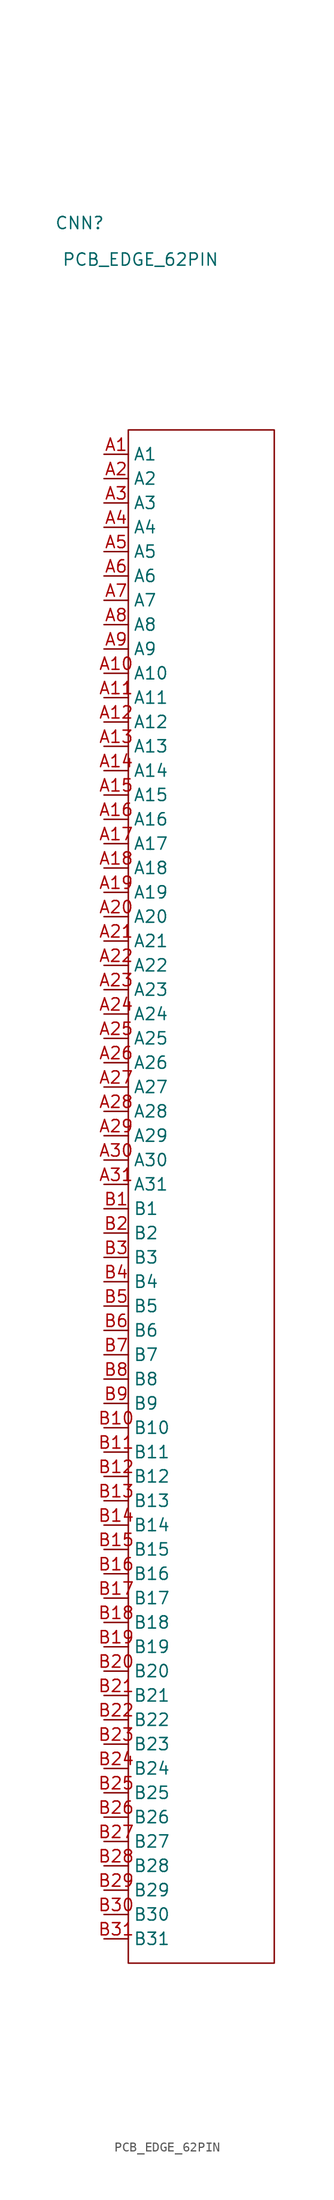
<source format=kicad_sym>
(kicad_symbol_lib
  (version 20211014)
  (generator kicad_symbol_editor)
  (symbol "PCB_EDGE_62PIN"
    (property "Reference" "CNN"
      (at 2.54 21.59 0)
      (effects (font (size 1.27 1.27))))
    (property "Value" "PCB_EDGE_62PIN"
      (at 8.89 17.78 0)
      (effects (font (size 1.27 1.27))))
    (symbol "PCB_EDGE_62PIN_0_0"
      (pin bidirectional line (at 5.08 -2.54 0) (length 2.54) (name "A1" (effects (font (size 1.27 1.27)))) (number "A1" (effects (font (size 1.27 1.27)))))
      (pin bidirectional line (at 5.08 -25.4 0) (length 2.54) (name "A10" (effects (font (size 1.27 1.27)))) (number "A10" (effects (font (size 1.27 1.27)))))
      (pin bidirectional line (at 5.08 -27.94 0) (length 2.54) (name "A11" (effects (font (size 1.27 1.27)))) (number "A11" (effects (font (size 1.27 1.27)))))
      (pin bidirectional line (at 5.08 -30.48 0) (length 2.54) (name "A12" (effects (font (size 1.27 1.27)))) (number "A12" (effects (font (size 1.27 1.27)))))
      (pin bidirectional line (at 5.08 -33.02 0) (length 2.54) (name "A13" (effects (font (size 1.27 1.27)))) (number "A13" (effects (font (size 1.27 1.27)))))
      (pin bidirectional line (at 5.08 -35.56 0) (length 2.54) (name "A14" (effects (font (size 1.27 1.27)))) (number "A14" (effects (font (size 1.27 1.27)))))
      (pin bidirectional line (at 5.08 -38.1 0) (length 2.54) (name "A15" (effects (font (size 1.27 1.27)))) (number "A15" (effects (font (size 1.27 1.27)))))
      (pin bidirectional line (at 5.08 -40.64 0) (length 2.54) (name "A16" (effects (font (size 1.27 1.27)))) (number "A16" (effects (font (size 1.27 1.27)))))
      (pin bidirectional line (at 5.08 -43.18 0) (length 2.54) (name "A17" (effects (font (size 1.27 1.27)))) (number "A17" (effects (font (size 1.27 1.27)))))
      (pin bidirectional line (at 5.08 -45.72 0) (length 2.54) (name "A18" (effects (font (size 1.27 1.27)))) (number "A18" (effects (font (size 1.27 1.27)))))
      (pin bidirectional line (at 5.08 -48.26 0) (length 2.54) (name "A19" (effects (font (size 1.27 1.27)))) (number "A19" (effects (font (size 1.27 1.27)))))
      (pin bidirectional line (at 5.08 -5.08 0) (length 2.54) (name "A2" (effects (font (size 1.27 1.27)))) (number "A2" (effects (font (size 1.27 1.27)))))
      (pin bidirectional line (at 5.08 -50.8 0) (length 2.54) (name "A20" (effects (font (size 1.27 1.27)))) (number "A20" (effects (font (size 1.27 1.27)))))
      (pin bidirectional line (at 5.08 -53.34 0) (length 2.54) (name "A21" (effects (font (size 1.27 1.27)))) (number "A21" (effects (font (size 1.27 1.27)))))
      (pin bidirectional line (at 5.08 -55.88 0) (length 2.54) (name "A22" (effects (font (size 1.27 1.27)))) (number "A22" (effects (font (size 1.27 1.27)))))
      (pin bidirectional line (at 5.08 -58.42 0) (length 2.54) (name "A23" (effects (font (size 1.27 1.27)))) (number "A23" (effects (font (size 1.27 1.27)))))
      (pin bidirectional line (at 5.08 -60.96 0) (length 2.54) (name "A24" (effects (font (size 1.27 1.27)))) (number "A24" (effects (font (size 1.27 1.27)))))
      (pin bidirectional line (at 5.08 -63.5 0) (length 2.54) (name "A25" (effects (font (size 1.27 1.27)))) (number "A25" (effects (font (size 1.27 1.27)))))
      (pin bidirectional line (at 5.08 -66.04 0) (length 2.54) (name "A26" (effects (font (size 1.27 1.27)))) (number "A26" (effects (font (size 1.27 1.27)))))
      (pin bidirectional line (at 5.08 -68.58 0) (length 2.54) (name "A27" (effects (font (size 1.27 1.27)))) (number "A27" (effects (font (size 1.27 1.27)))))
      (pin bidirectional line (at 5.08 -71.12 0) (length 2.54) (name "A28" (effects (font (size 1.27 1.27)))) (number "A28" (effects (font (size 1.27 1.27)))))
      (pin bidirectional line (at 5.08 -73.66 0) (length 2.54) (name "A29" (effects (font (size 1.27 1.27)))) (number "A29" (effects (font (size 1.27 1.27)))))
      (pin bidirectional line (at 5.08 -7.62 0) (length 2.54) (name "A3" (effects (font (size 1.27 1.27)))) (number "A3" (effects (font (size 1.27 1.27)))))
      (pin bidirectional line (at 5.08 -76.2 0) (length 2.54) (name "A30" (effects (font (size 1.27 1.27)))) (number "A30" (effects (font (size 1.27 1.27)))))
      (pin bidirectional line (at 5.08 -78.74 0) (length 2.54) (name "A31" (effects (font (size 1.27 1.27)))) (number "A31" (effects (font (size 1.27 1.27)))))
      (pin bidirectional line (at 5.08 -10.16 0) (length 2.54) (name "A4" (effects (font (size 1.27 1.27)))) (number "A4" (effects (font (size 1.27 1.27)))))
      (pin bidirectional line (at 5.08 -12.7 0) (length 2.54) (name "A5" (effects (font (size 1.27 1.27)))) (number "A5" (effects (font (size 1.27 1.27)))))
      (pin bidirectional line (at 5.08 -15.24 0) (length 2.54) (name "A6" (effects (font (size 1.27 1.27)))) (number "A6" (effects (font (size 1.27 1.27)))))
      (pin bidirectional line (at 5.08 -17.78 0) (length 2.54) (name "A7" (effects (font (size 1.27 1.27)))) (number "A7" (effects (font (size 1.27 1.27)))))
      (pin bidirectional line (at 5.08 -20.32 0) (length 2.54) (name "A8" (effects (font (size 1.27 1.27)))) (number "A8" (effects (font (size 1.27 1.27)))))
      (pin bidirectional line (at 5.08 -22.86 0) (length 2.54) (name "A9" (effects (font (size 1.27 1.27)))) (number "A9" (effects (font (size 1.27 1.27)))))
      (pin bidirectional line (at 5.08 -81.28 0) (length 2.54) (name "B1" (effects (font (size 1.27 1.27)))) (number "B1" (effects (font (size 1.27 1.27)))))
      (pin bidirectional line (at 5.08 -104.14 0) (length 2.54) (name "B10" (effects (font (size 1.27 1.27)))) (number "B10" (effects (font (size 1.27 1.27)))))
      (pin bidirectional line (at 5.08 -106.68 0) (length 2.54) (name "B11" (effects (font (size 1.27 1.27)))) (number "B11" (effects (font (size 1.27 1.27)))))
      (pin bidirectional line (at 5.08 -109.22 0) (length 2.54) (name "B12" (effects (font (size 1.27 1.27)))) (number "B12" (effects (font (size 1.27 1.27)))))
      (pin bidirectional line (at 5.08 -111.76 0) (length 2.54) (name "B13" (effects (font (size 1.27 1.27)))) (number "B13" (effects (font (size 1.27 1.27)))))
      (pin bidirectional line (at 5.08 -114.3 0) (length 2.54) (name "B14" (effects (font (size 1.27 1.27)))) (number "B14" (effects (font (size 1.27 1.27)))))
      (pin bidirectional line (at 5.08 -116.84 0) (length 2.54) (name "B15" (effects (font (size 1.27 1.27)))) (number "B15" (effects (font (size 1.27 1.27)))))
      (pin bidirectional line (at 5.08 -119.38 0) (length 2.54) (name "B16" (effects (font (size 1.27 1.27)))) (number "B16" (effects (font (size 1.27 1.27)))))
      (pin bidirectional line (at 5.08 -121.92 0) (length 2.54) (name "B17" (effects (font (size 1.27 1.27)))) (number "B17" (effects (font (size 1.27 1.27)))))
      (pin bidirectional line (at 5.08 -124.46 0) (length 2.54) (name "B18" (effects (font (size 1.27 1.27)))) (number "B18" (effects (font (size 1.27 1.27)))))
      (pin bidirectional line (at 5.08 -127 0) (length 2.54) (name "B19" (effects (font (size 1.27 1.27)))) (number "B19" (effects (font (size 1.27 1.27)))))
      (pin bidirectional line (at 5.08 -83.82 0) (length 2.54) (name "B2" (effects (font (size 1.27 1.27)))) (number "B2" (effects (font (size 1.27 1.27)))))
      (pin bidirectional line (at 5.08 -129.54 0) (length 2.54) (name "B20" (effects (font (size 1.27 1.27)))) (number "B20" (effects (font (size 1.27 1.27)))))
      (pin bidirectional line (at 5.08 -132.08 0) (length 2.54) (name "B21" (effects (font (size 1.27 1.27)))) (number "B21" (effects (font (size 1.27 1.27)))))
      (pin bidirectional line (at 5.08 -134.62 0) (length 2.54) (name "B22" (effects (font (size 1.27 1.27)))) (number "B22" (effects (font (size 1.27 1.27)))))
      (pin bidirectional line (at 5.08 -137.16 0) (length 2.54) (name "B23" (effects (font (size 1.27 1.27)))) (number "B23" (effects (font (size 1.27 1.27)))))
      (pin bidirectional line (at 5.08 -139.7 0) (length 2.54) (name "B24" (effects (font (size 1.27 1.27)))) (number "B24" (effects (font (size 1.27 1.27)))))
      (pin bidirectional line (at 5.08 -142.24 0) (length 2.54) (name "B25" (effects (font (size 1.27 1.27)))) (number "B25" (effects (font (size 1.27 1.27)))))
      (pin bidirectional line (at 5.08 -144.78 0) (length 2.54) (name "B26" (effects (font (size 1.27 1.27)))) (number "B26" (effects (font (size 1.27 1.27)))))
      (pin bidirectional line (at 5.08 -147.32 0) (length 2.54) (name "B27" (effects (font (size 1.27 1.27)))) (number "B27" (effects (font (size 1.27 1.27)))))
      (pin bidirectional line (at 5.08 -149.86 0) (length 2.54) (name "B28" (effects (font (size 1.27 1.27)))) (number "B28" (effects (font (size 1.27 1.27)))))
      (pin bidirectional line (at 5.08 -152.4 0) (length 2.54) (name "B29" (effects (font (size 1.27 1.27)))) (number "B29" (effects (font (size 1.27 1.27)))))
      (pin bidirectional line (at 5.08 -86.36 0) (length 2.54) (name "B3" (effects (font (size 1.27 1.27)))) (number "B3" (effects (font (size 1.27 1.27)))))
      (pin bidirectional line (at 5.08 -154.94 0) (length 2.54) (name "B30" (effects (font (size 1.27 1.27)))) (number "B30" (effects (font (size 1.27 1.27)))))
      (pin bidirectional line (at 5.08 -157.48 0) (length 2.54) (name "B31" (effects (font (size 1.27 1.27)))) (number "B31" (effects (font (size 1.27 1.27)))))
      (pin bidirectional line (at 5.08 -88.9 0) (length 2.54) (name "B4" (effects (font (size 1.27 1.27)))) (number "B4" (effects (font (size 1.27 1.27)))))
      (pin bidirectional line (at 5.08 -91.44 0) (length 2.54) (name "B5" (effects (font (size 1.27 1.27)))) (number "B5" (effects (font (size 1.27 1.27)))))
      (pin bidirectional line (at 5.08 -93.98 0) (length 2.54) (name "B6" (effects (font (size 1.27 1.27)))) (number "B6" (effects (font (size 1.27 1.27)))))
      (pin bidirectional line (at 5.08 -96.52 0) (length 2.54) (name "B7" (effects (font (size 1.27 1.27)))) (number "B7" (effects (font (size 1.27 1.27)))))
      (pin bidirectional line (at 5.08 -99.06 0) (length 2.54) (name "B8" (effects (font (size 1.27 1.27)))) (number "B8" (effects (font (size 1.27 1.27)))))
      (pin bidirectional line (at 5.08 -101.6 0) (length 2.54) (name "B9" (effects (font (size 1.27 1.27)))) (number "B9" (effects (font (size 1.27 1.27))))))
    (symbol "PCB_EDGE_62PIN_0_1"
      (rectangle (start 7.62 0) (end 22.86 -160.02) (stroke (width 0) (type default) (color 0 0 0 0)) (fill (type none))))))
</source>
